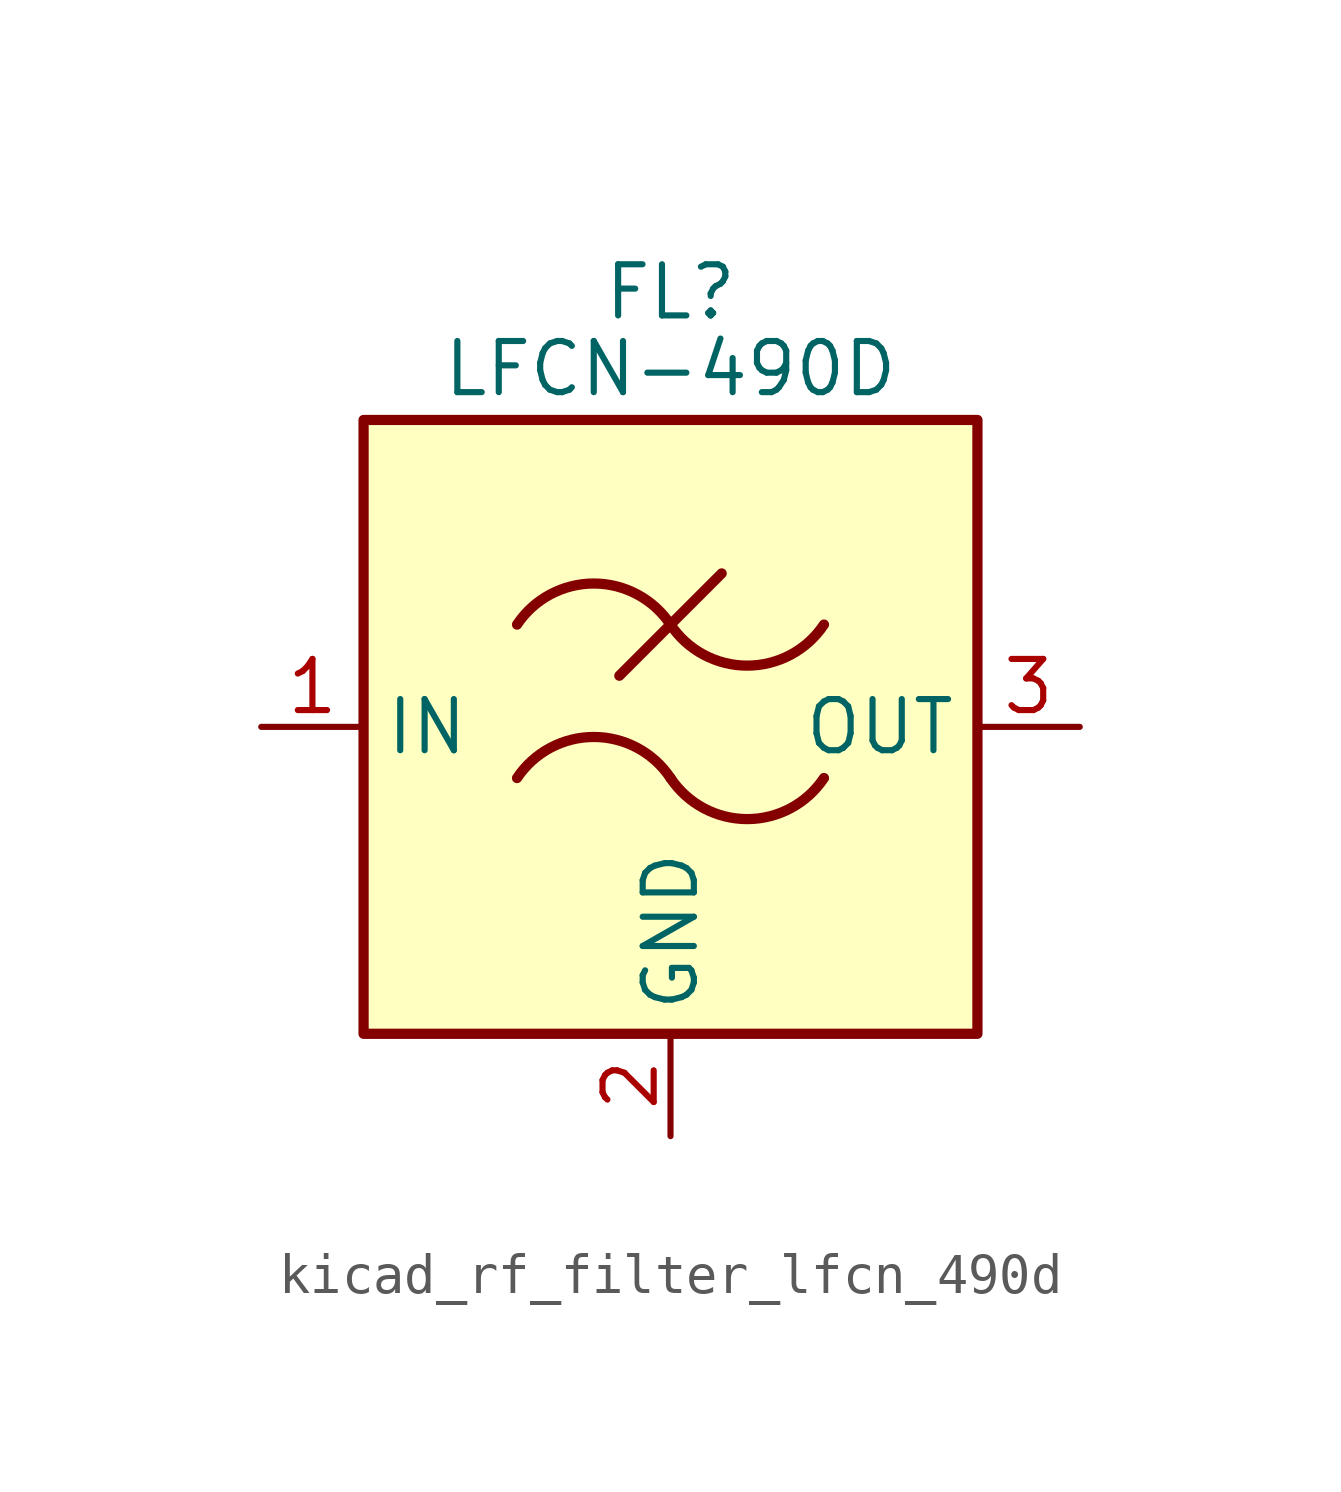
<source format=kicad_sym>
(kicad_symbol_lib
  (version 20220914)
  (generator kicad_symbol_editor)
  (symbol "kicad_rf_filter_lfcn_490d"
    (property "Reference" "FL"
      (at 0 10.795 0)
      (effects (font (size 1.27 1.27))))
    (property "Value" "LFCN-490D"
      (at 0 8.89 0)
      (effects (font (size 1.27 1.27))))
    (symbol "kicad_rf_filter_lfcn_490d_0_1"
      (rectangle (start -7.62 7.62) (end 7.62 -7.62) (stroke (width 0.254) (type default)) (fill (type background)))
      (arc (start 0 -1.27) (mid -1.905 -0.2505) (end -3.81 -1.27) (stroke (width 0.254) (type default)) (fill (type none)))
      (arc (start 0 -1.27) (mid 1.905 -2.2895) (end 3.81 -1.27) (stroke (width 0.254) (type default)) (fill (type none)))
      (polyline (pts (xy -1.27 1.27) (xy 1.27 3.81)) (stroke (width 0.254) (type default)) (fill (type none)))
      (arc (start 0 2.54) (mid -1.905 3.5595) (end -3.81 2.54) (stroke (width 0.254) (type default)) (fill (type none)))
      (arc (start 0 2.54) (mid 1.905 1.5205) (end 3.81 2.54) (stroke (width 0.254) (type default)) (fill (type none))))
    (symbol "kicad_rf_filter_lfcn_490d_1_1"
      (pin passive line (at -10.16 0 0) (length 2.54) (name "IN" (effects (font (size 1.27 1.27)))) (number "1" (effects (font (size 1.27 1.27)))))
      (pin passive line (at 0 -10.16 90) (length 2.54) (name "GND" (effects (font (size 1.27 1.27)))) (number "2" (effects (font (size 1.27 1.27)))))
      (pin passive line (at 10.16 0 180) (length 2.54) (name "OUT" (effects (font (size 1.27 1.27)))) (number "3" (effects (font (size 1.27 1.27)))))
      (pin passive line (at 0 -10.16 90) (length 2.54) hide (name "GND" (effects (font (size 1.27 1.27)))) (number "4" (effects (font (size 1.27 1.27))))))))
</source>
